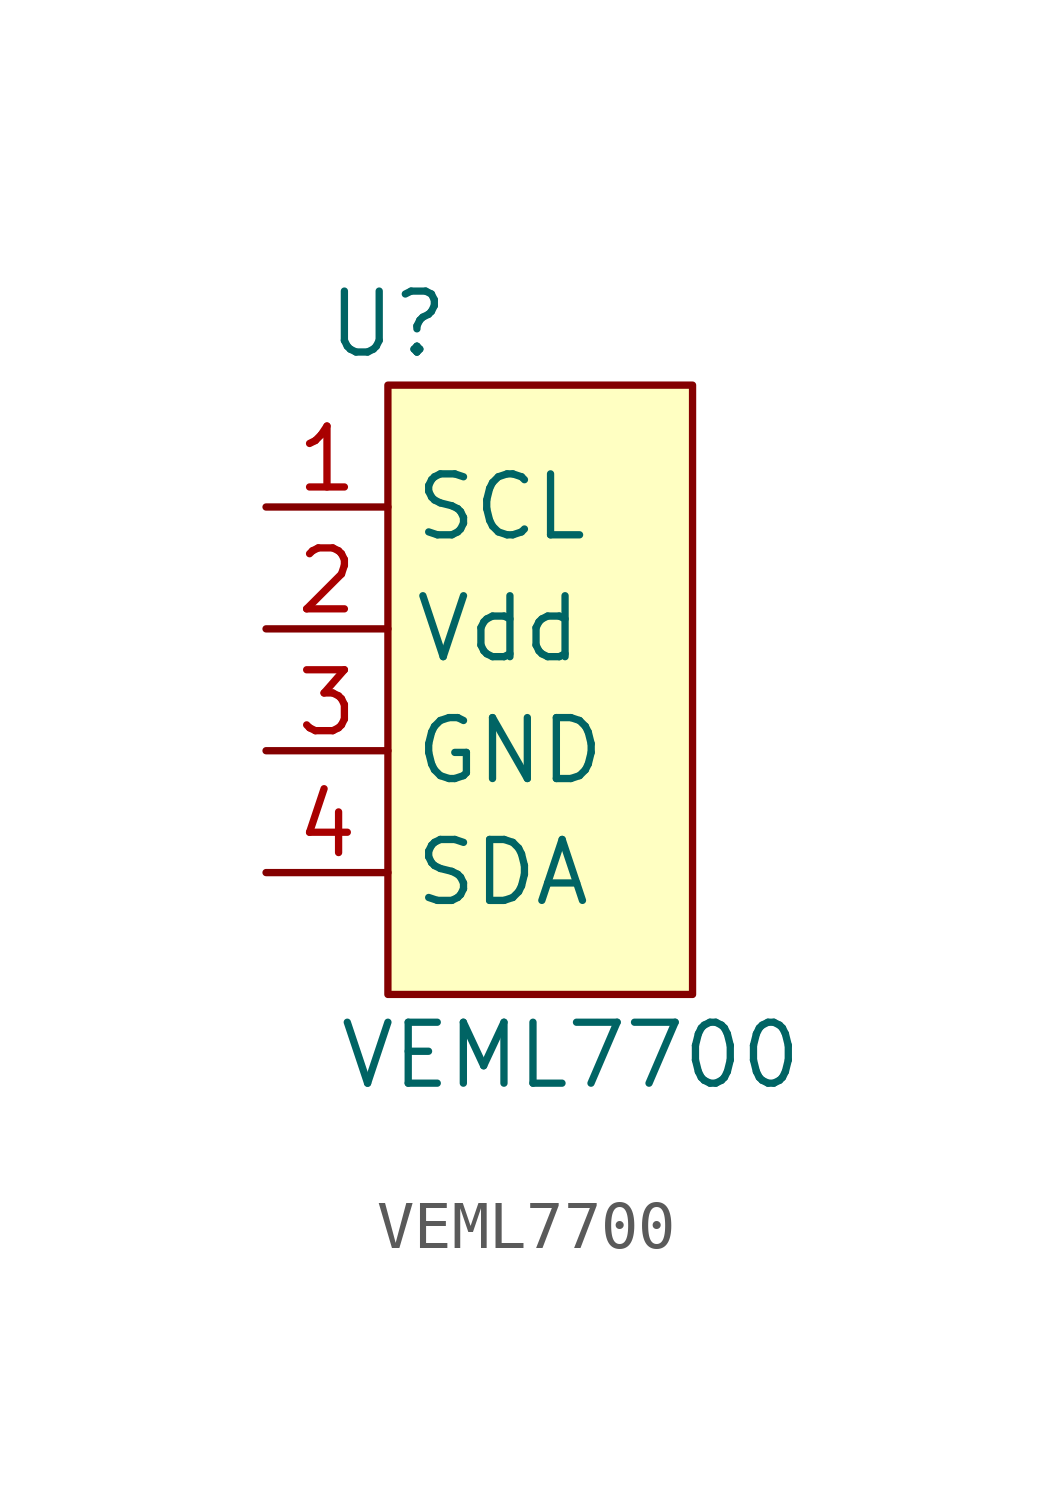
<source format=kicad_sym>
(kicad_symbol_lib
  (version 20211014)
  (generator kicad_symbol_editor)
  (symbol "VEML7700"
    (property "Reference" "U"
      (at -2.54 7.62 0)
      (effects (font (size 1.27 1.27))))
    (property "Value" "VEML7700"
      (at 1.27 -7.62 0)
      (effects (font (size 1.27 1.27))))
    (symbol "VEML7700_0_1"
      (rectangle (start -2.54 6.35) (end 3.81 -6.35) (stroke (width 0) (type default) (color 0 0 0 0)) (fill (type background))))
    (symbol "VEML7700_1_1"
      (pin input line (at -5.08 3.81 0) (length 2.54) (name "SCL" (effects (font (size 1.27 1.27)))) (number "1" (effects (font (size 1.27 1.27)))))
      (pin power_in line (at -5.08 1.27 0) (length 2.54) (name "Vdd" (effects (font (size 1.27 1.27)))) (number "2" (effects (font (size 1.27 1.27)))))
      (pin power_in line (at -5.08 -1.27 0) (length 2.54) (name "GND" (effects (font (size 1.27 1.27)))) (number "3" (effects (font (size 1.27 1.27)))))
      (pin open_collector line (at -5.08 -3.81 0) (length 2.54) (name "SDA" (effects (font (size 1.27 1.27)))) (number "4" (effects (font (size 1.27 1.27))))))))
</source>
